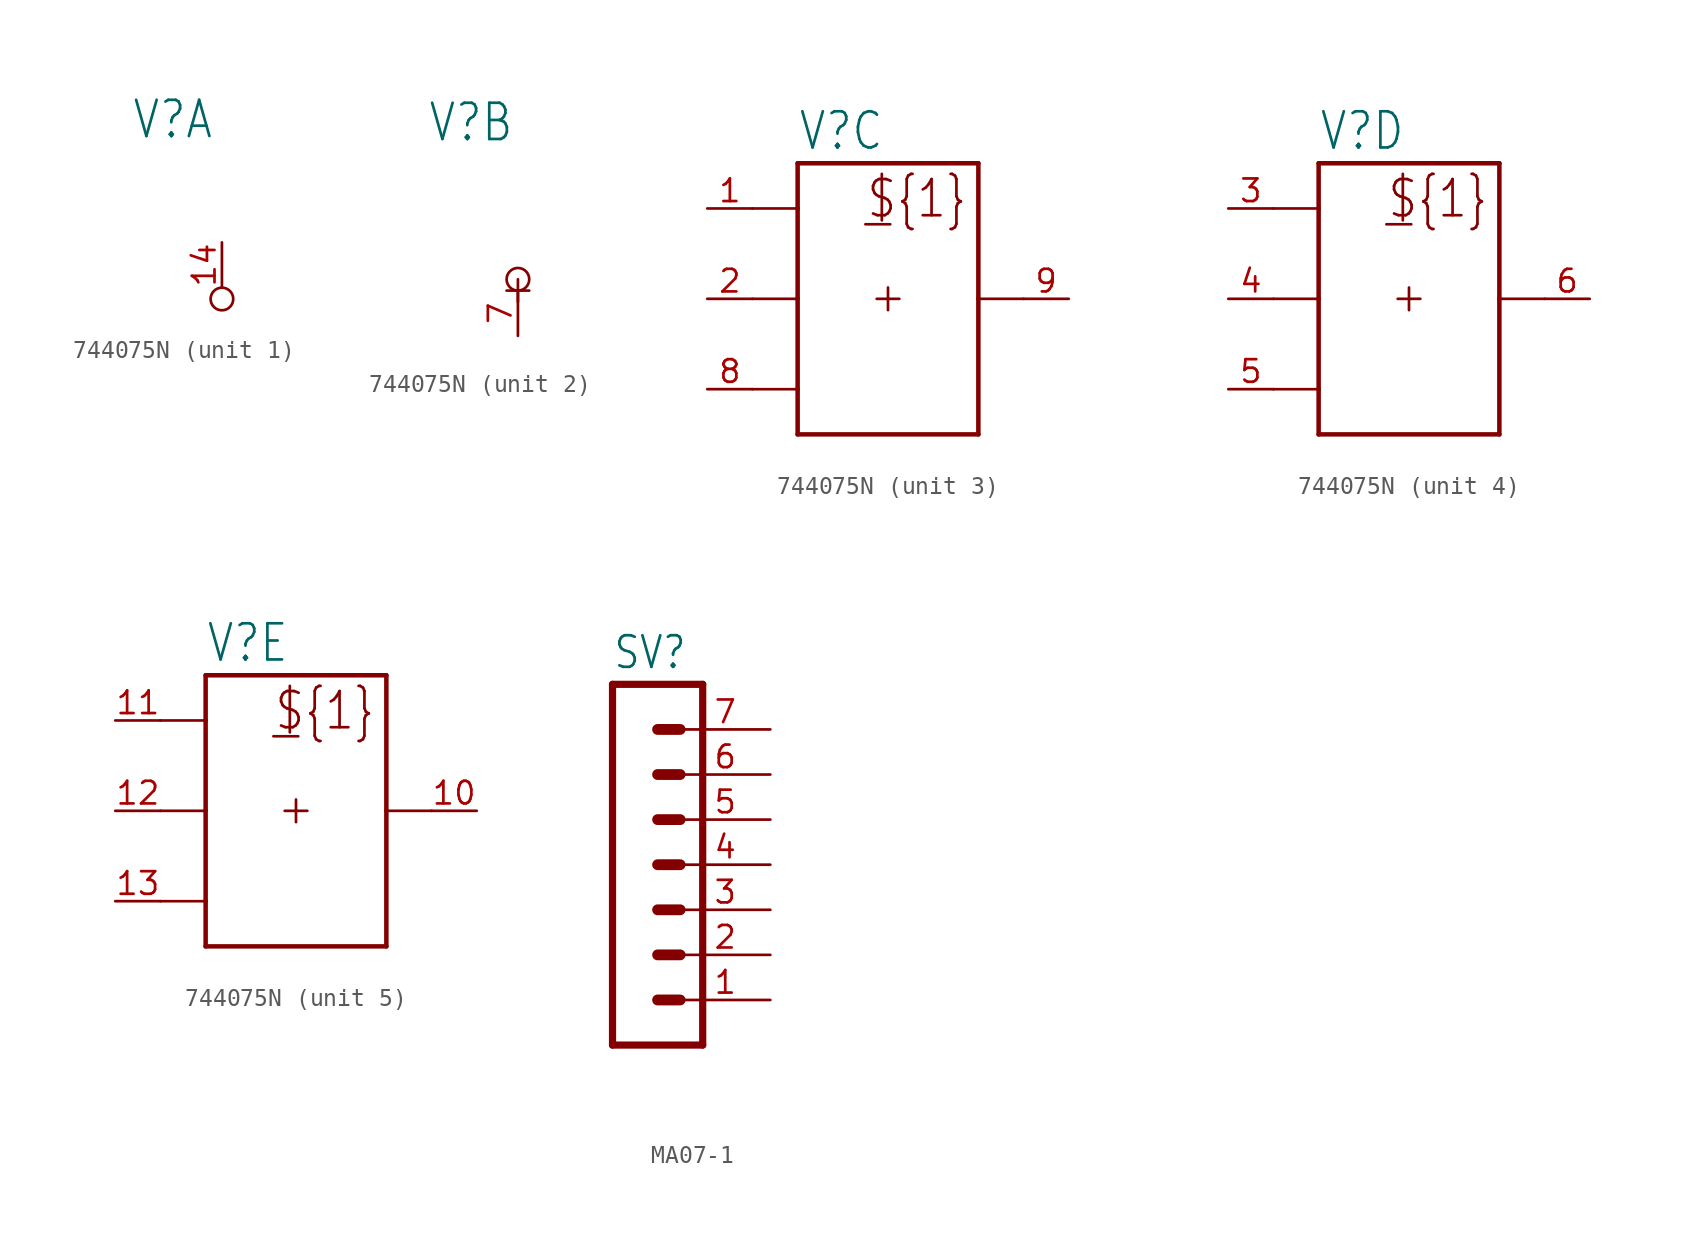
<source format=kicad_sym>
(kicad_symbol_lib
  (version 20231120)
  (generator "kicad_symbol_editor")
  (generator_version "8.0")
  (symbol "744075N"
    (property "Reference" "V"
      (at -5.08 8.255 0)
      (effects (font (size 2.032 1.727)) (justify left bottom)))
    (property "ki_locked" ""
      (at 0 0 0)
      (effects (font (size 1.27 1.27))))
    (symbol "744075N_1_0"
      (circle (center 0 -0.635) (radius 0.635) (stroke (width 0.152) (type solid)) (fill (type none)))
      (pin power_in line (at 0 2.54 270) (length 2.54) (name "+UB" (effects (font (size 0 0)))) (number "14" (effects (font (size 1.27 1.27))))))
    (symbol "744075N_2_0"
      (polyline (pts (xy 0 -0.635) (xy 0 0.635)) (stroke (width 0) (type solid)) (fill (type none)))
      (polyline (pts (xy 0.635 0) (xy -0.635 0)) (stroke (width 0) (type solid)) (fill (type none)))
      (circle (center 0 0.635) (radius 0.635) (stroke (width 0.152) (type solid)) (fill (type none)))
      (pin power_in line (at 0 -2.54 90) (length 2.54) (name "-UB" (effects (font (size 0 0)))) (number "7" (effects (font (size 1.27 1.27))))))
    (symbol "744075N_3_0"
      (polyline (pts (xy -7.62 -5.08) (xy -5.08 -5.08)) (stroke (width 0.152) (type solid)) (fill (type none)))
      (polyline (pts (xy -7.62 0) (xy -5.08 0)) (stroke (width 0.152) (type solid)) (fill (type none)))
      (polyline (pts (xy -7.62 5.08) (xy -5.08 5.08)) (stroke (width 0.152) (type solid)) (fill (type none)))
      (polyline (pts (xy -5.08 -7.62) (xy -5.08 -5.08)) (stroke (width 0.254) (type solid)) (fill (type none)))
      (polyline (pts (xy -5.08 -7.62) (xy 5.08 -7.62)) (stroke (width 0.254) (type solid)) (fill (type none)))
      (polyline (pts (xy -5.08 -5.08) (xy -5.08 0)) (stroke (width 0.254) (type solid)) (fill (type none)))
      (polyline (pts (xy -5.08 0) (xy -5.08 5.08)) (stroke (width 0.254) (type solid)) (fill (type none)))
      (polyline (pts (xy -5.08 5.08) (xy -5.08 7.62)) (stroke (width 0.254) (type solid)) (fill (type none)))
      (polyline (pts (xy -1.27 4.191) (xy 0.127 4.191)) (stroke (width 0.152) (type solid)) (fill (type none)))
      (polyline (pts (xy -0.635 0) (xy 0.635 0)) (stroke (width 0) (type solid)) (fill (type none)))
      (polyline (pts (xy 0 0.635) (xy 0 -0.635)) (stroke (width 0) (type solid)) (fill (type none)))
      (polyline (pts (xy 5.08 0) (xy 5.08 -7.62)) (stroke (width 0.254) (type solid)) (fill (type none)))
      (polyline (pts (xy 5.08 0) (xy 7.62 0)) (stroke (width 0.152) (type solid)) (fill (type none)))
      (polyline (pts (xy 5.08 7.62) (xy -5.08 7.62)) (stroke (width 0.254) (type solid)) (fill (type none)))
      (polyline (pts (xy 5.08 7.62) (xy 5.08 0)) (stroke (width 0.254) (type solid)) (fill (type none)))
      (text "${1}" (at -1.27 4.445 0) (effects (font (size 2.032 1.727)) (justify left bottom)))
      (pin input line (at -10.16 5.08 0) (length 2.54) (name "A" (effects (font (size 0 0)))) (number "1" (effects (font (size 1.27 1.27)))))
      (pin input line (at -10.16 0 0) (length 2.54) (name "B" (effects (font (size 0 0)))) (number "2" (effects (font (size 1.27 1.27)))))
      (pin input line (at -10.16 -5.08 0) (length 2.54) (name "C" (effects (font (size 0 0)))) (number "8" (effects (font (size 1.27 1.27)))))
      (pin output line (at 10.16 0 180) (length 2.54) (name "Y" (effects (font (size 0 0)))) (number "9" (effects (font (size 1.27 1.27))))))
    (symbol "744075N_4_0"
      (polyline (pts (xy -7.62 -5.08) (xy -5.08 -5.08)) (stroke (width 0.152) (type solid)) (fill (type none)))
      (polyline (pts (xy -7.62 0) (xy -5.08 0)) (stroke (width 0.152) (type solid)) (fill (type none)))
      (polyline (pts (xy -7.62 5.08) (xy -5.08 5.08)) (stroke (width 0.152) (type solid)) (fill (type none)))
      (polyline (pts (xy -5.08 -7.62) (xy -5.08 -5.08)) (stroke (width 0.254) (type solid)) (fill (type none)))
      (polyline (pts (xy -5.08 -7.62) (xy 5.08 -7.62)) (stroke (width 0.254) (type solid)) (fill (type none)))
      (polyline (pts (xy -5.08 -5.08) (xy -5.08 0)) (stroke (width 0.254) (type solid)) (fill (type none)))
      (polyline (pts (xy -5.08 0) (xy -5.08 5.08)) (stroke (width 0.254) (type solid)) (fill (type none)))
      (polyline (pts (xy -5.08 5.08) (xy -5.08 7.62)) (stroke (width 0.254) (type solid)) (fill (type none)))
      (polyline (pts (xy -1.27 4.191) (xy 0.127 4.191)) (stroke (width 0.152) (type solid)) (fill (type none)))
      (polyline (pts (xy -0.635 0) (xy 0.635 0)) (stroke (width 0) (type solid)) (fill (type none)))
      (polyline (pts (xy 0 0.635) (xy 0 -0.635)) (stroke (width 0) (type solid)) (fill (type none)))
      (polyline (pts (xy 5.08 0) (xy 5.08 -7.62)) (stroke (width 0.254) (type solid)) (fill (type none)))
      (polyline (pts (xy 5.08 0) (xy 7.62 0)) (stroke (width 0.152) (type solid)) (fill (type none)))
      (polyline (pts (xy 5.08 7.62) (xy -5.08 7.62)) (stroke (width 0.254) (type solid)) (fill (type none)))
      (polyline (pts (xy 5.08 7.62) (xy 5.08 0)) (stroke (width 0.254) (type solid)) (fill (type none)))
      (text "${1}" (at -1.27 4.445 0) (effects (font (size 2.032 1.727)) (justify left bottom)))
      (pin input line (at -10.16 5.08 0) (length 2.54) (name "A" (effects (font (size 0 0)))) (number "3" (effects (font (size 1.27 1.27)))))
      (pin input line (at -10.16 0 0) (length 2.54) (name "B" (effects (font (size 0 0)))) (number "4" (effects (font (size 1.27 1.27)))))
      (pin input line (at -10.16 -5.08 0) (length 2.54) (name "C" (effects (font (size 0 0)))) (number "5" (effects (font (size 1.27 1.27)))))
      (pin output line (at 10.16 0 180) (length 2.54) (name "Y" (effects (font (size 0 0)))) (number "6" (effects (font (size 1.27 1.27))))))
    (symbol "744075N_5_0"
      (polyline (pts (xy -7.62 -5.08) (xy -5.08 -5.08)) (stroke (width 0.152) (type solid)) (fill (type none)))
      (polyline (pts (xy -7.62 0) (xy -5.08 0)) (stroke (width 0.152) (type solid)) (fill (type none)))
      (polyline (pts (xy -7.62 5.08) (xy -5.08 5.08)) (stroke (width 0.152) (type solid)) (fill (type none)))
      (polyline (pts (xy -5.08 -7.62) (xy -5.08 -5.08)) (stroke (width 0.254) (type solid)) (fill (type none)))
      (polyline (pts (xy -5.08 -7.62) (xy 5.08 -7.62)) (stroke (width 0.254) (type solid)) (fill (type none)))
      (polyline (pts (xy -5.08 -5.08) (xy -5.08 0)) (stroke (width 0.254) (type solid)) (fill (type none)))
      (polyline (pts (xy -5.08 0) (xy -5.08 5.08)) (stroke (width 0.254) (type solid)) (fill (type none)))
      (polyline (pts (xy -5.08 5.08) (xy -5.08 7.62)) (stroke (width 0.254) (type solid)) (fill (type none)))
      (polyline (pts (xy -1.27 4.191) (xy 0.127 4.191)) (stroke (width 0.152) (type solid)) (fill (type none)))
      (polyline (pts (xy -0.635 0) (xy 0.635 0)) (stroke (width 0) (type solid)) (fill (type none)))
      (polyline (pts (xy 0 0.635) (xy 0 -0.635)) (stroke (width 0) (type solid)) (fill (type none)))
      (polyline (pts (xy 5.08 0) (xy 5.08 -7.62)) (stroke (width 0.254) (type solid)) (fill (type none)))
      (polyline (pts (xy 5.08 0) (xy 7.62 0)) (stroke (width 0.152) (type solid)) (fill (type none)))
      (polyline (pts (xy 5.08 7.62) (xy -5.08 7.62)) (stroke (width 0.254) (type solid)) (fill (type none)))
      (polyline (pts (xy 5.08 7.62) (xy 5.08 0)) (stroke (width 0.254) (type solid)) (fill (type none)))
      (text "${1}" (at -1.27 4.445 0) (effects (font (size 2.032 1.727)) (justify left bottom)))
      (pin output line (at 10.16 0 180) (length 2.54) (name "Y" (effects (font (size 0 0)))) (number "10" (effects (font (size 1.27 1.27)))))
      (pin input line (at -10.16 5.08 0) (length 2.54) (name "A" (effects (font (size 0 0)))) (number "11" (effects (font (size 1.27 1.27)))))
      (pin input line (at -10.16 0 0) (length 2.54) (name "B" (effects (font (size 0 0)))) (number "12" (effects (font (size 1.27 1.27)))))
      (pin input line (at -10.16 -5.08 0) (length 2.54) (name "C" (effects (font (size 0 0)))) (number "13" (effects (font (size 1.27 1.27)))))))
  (symbol "MA07-1"
    (property "Reference" "SV"
      (at -1.27 10.922 0)
      (effects (font (size 1.778 1.511)) (justify left bottom)))
    (property "Value" ""
      (at -1.27 -12.7 0)
      (effects (font (size 1.778 1.511)) (justify left bottom)))
    (property "ki_locked" ""
      (at 0 0 0)
      (effects (font (size 1.27 1.27))))
    (symbol "MA07-1_1_0"
      (polyline (pts (xy -1.27 10.16) (xy -1.27 -10.16)) (stroke (width 0.406) (type solid)) (fill (type none)))
      (polyline (pts (xy -1.27 10.16) (xy 3.81 10.16)) (stroke (width 0.406) (type solid)) (fill (type none)))
      (polyline (pts (xy 1.27 -7.62) (xy 2.54 -7.62)) (stroke (width 0.61) (type solid)) (fill (type none)))
      (polyline (pts (xy 1.27 -5.08) (xy 2.54 -5.08)) (stroke (width 0.61) (type solid)) (fill (type none)))
      (polyline (pts (xy 1.27 -2.54) (xy 2.54 -2.54)) (stroke (width 0.61) (type solid)) (fill (type none)))
      (polyline (pts (xy 1.27 0) (xy 2.54 0)) (stroke (width 0.61) (type solid)) (fill (type none)))
      (polyline (pts (xy 1.27 2.54) (xy 2.54 2.54)) (stroke (width 0.61) (type solid)) (fill (type none)))
      (polyline (pts (xy 1.27 5.08) (xy 2.54 5.08)) (stroke (width 0.61) (type solid)) (fill (type none)))
      (polyline (pts (xy 1.27 7.62) (xy 2.54 7.62)) (stroke (width 0.61) (type solid)) (fill (type none)))
      (polyline (pts (xy 3.81 -10.16) (xy -1.27 -10.16)) (stroke (width 0.406) (type solid)) (fill (type none)))
      (polyline (pts (xy 3.81 -10.16) (xy 3.81 10.16)) (stroke (width 0.406) (type solid)) (fill (type none)))
      (pin passive line (at 7.62 -7.62 180) (length 5.08) (name "1" (effects (font (size 0 0)))) (number "1" (effects (font (size 1.27 1.27)))))
      (pin passive line (at 7.62 -5.08 180) (length 5.08) (name "2" (effects (font (size 0 0)))) (number "2" (effects (font (size 1.27 1.27)))))
      (pin passive line (at 7.62 -2.54 180) (length 5.08) (name "3" (effects (font (size 0 0)))) (number "3" (effects (font (size 1.27 1.27)))))
      (pin passive line (at 7.62 0 180) (length 5.08) (name "4" (effects (font (size 0 0)))) (number "4" (effects (font (size 1.27 1.27)))))
      (pin passive line (at 7.62 2.54 180) (length 5.08) (name "5" (effects (font (size 0 0)))) (number "5" (effects (font (size 1.27 1.27)))))
      (pin passive line (at 7.62 5.08 180) (length 5.08) (name "6" (effects (font (size 0 0)))) (number "6" (effects (font (size 1.27 1.27)))))
      (pin passive line (at 7.62 7.62 180) (length 5.08) (name "7" (effects (font (size 0 0)))) (number "7" (effects (font (size 1.27 1.27))))))))
</source>
